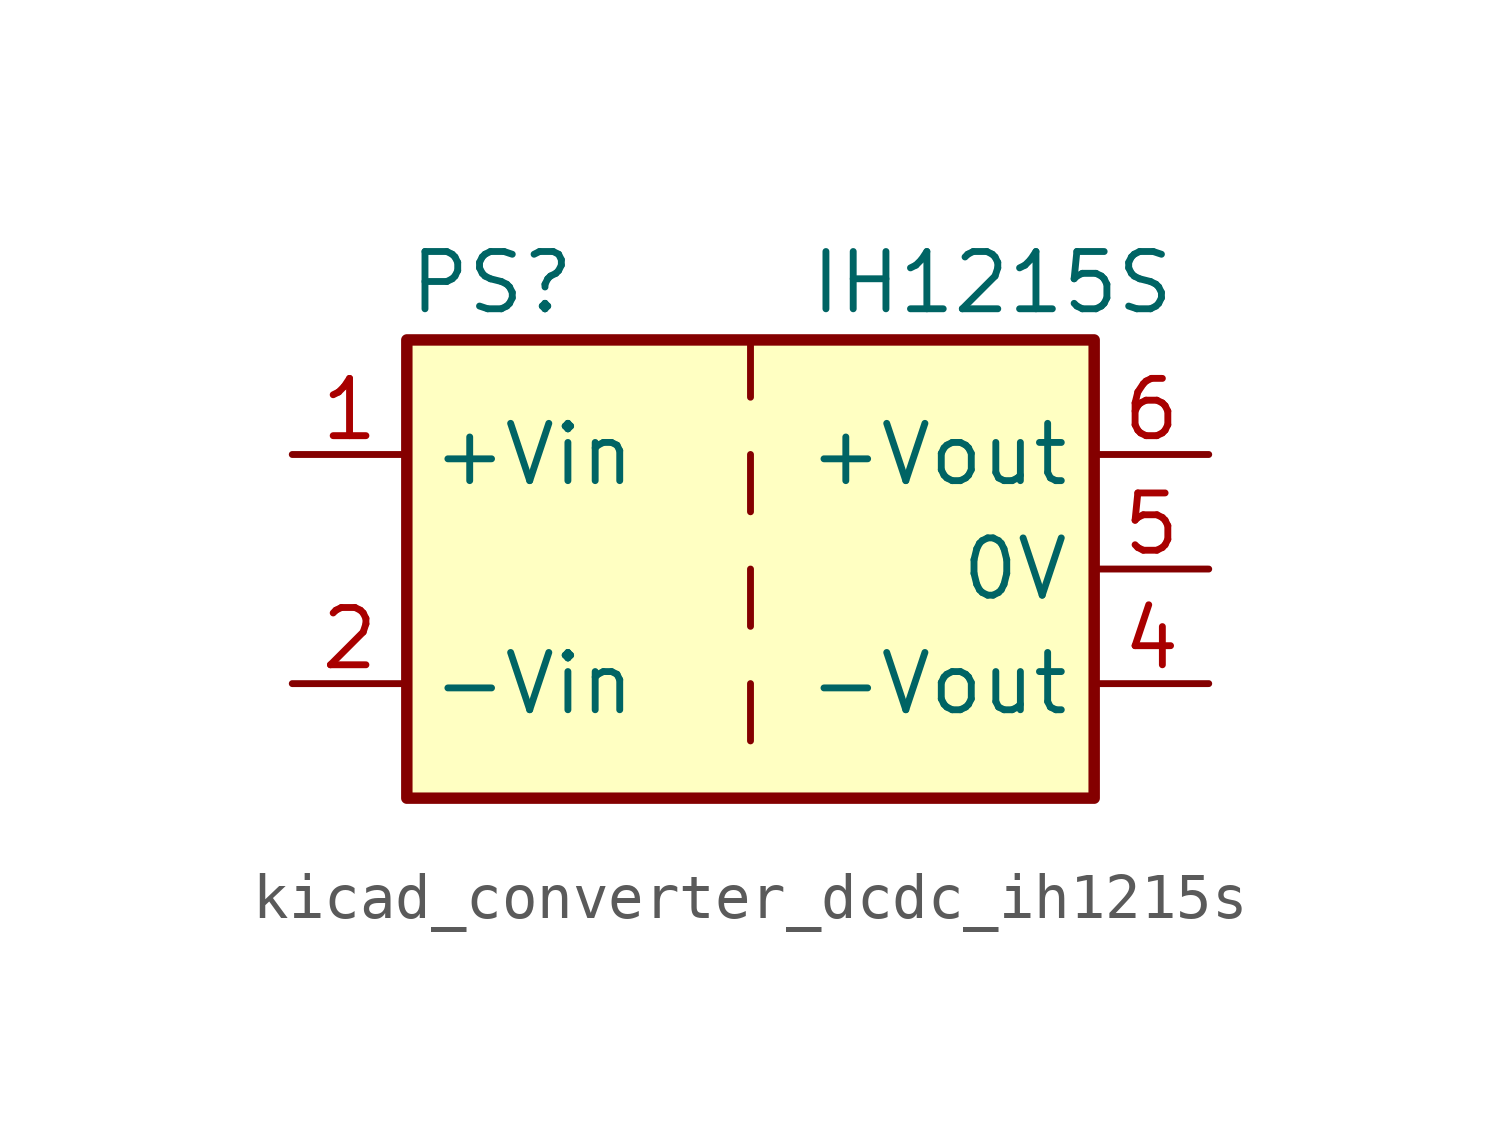
<source format=kicad_sym>
(kicad_symbol_lib
  (version 20220914)
  (generator kicad_symbol_editor)
  (symbol "kicad_converter_dcdc_ih1215s"
    (property "Reference" "PS"
      (at -7.62 6.35 0)
      (effects (font (size 1.27 1.27)) (justify left)))
    (property "Value" "IH1215S"
      (at 1.27 6.35 0)
      (effects (font (size 1.27 1.27)) (justify left)))
    (symbol "kicad_converter_dcdc_ih1215s_0_0"
      (pin power_in line (at -10.16 2.54 0) (length 2.54) (name "+Vin" (effects (font (size 1.27 1.27)))) (number "1" (effects (font (size 1.27 1.27)))))
      (pin power_in line (at -10.16 -2.54 0) (length 2.54) (name "-Vin" (effects (font (size 1.27 1.27)))) (number "2" (effects (font (size 1.27 1.27)))))
      (pin power_out line (at 10.16 -2.54 180) (length 2.54) (name "-Vout" (effects (font (size 1.27 1.27)))) (number "4" (effects (font (size 1.27 1.27)))))
      (pin power_out line (at 10.16 0 180) (length 2.54) (name "0V" (effects (font (size 1.27 1.27)))) (number "5" (effects (font (size 1.27 1.27)))))
      (pin power_out line (at 10.16 2.54 180) (length 2.54) (name "+Vout" (effects (font (size 1.27 1.27)))) (number "6" (effects (font (size 1.27 1.27))))))
    (symbol "kicad_converter_dcdc_ih1215s_0_1"
      (rectangle (start -7.62 5.08) (end 7.62 -5.08) (stroke (width 0.254) (type default)) (fill (type background)))
      (polyline (pts (xy 0 -2.54) (xy 0 -3.81)) (stroke (width 0) (type default)) (fill (type none)))
      (polyline (pts (xy 0 0) (xy 0 -1.27)) (stroke (width 0) (type default)) (fill (type none)))
      (polyline (pts (xy 0 2.54) (xy 0 1.27)) (stroke (width 0) (type default)) (fill (type none)))
      (polyline (pts (xy 0 5.08) (xy 0 3.81)) (stroke (width 0) (type default)) (fill (type none))))))
</source>
